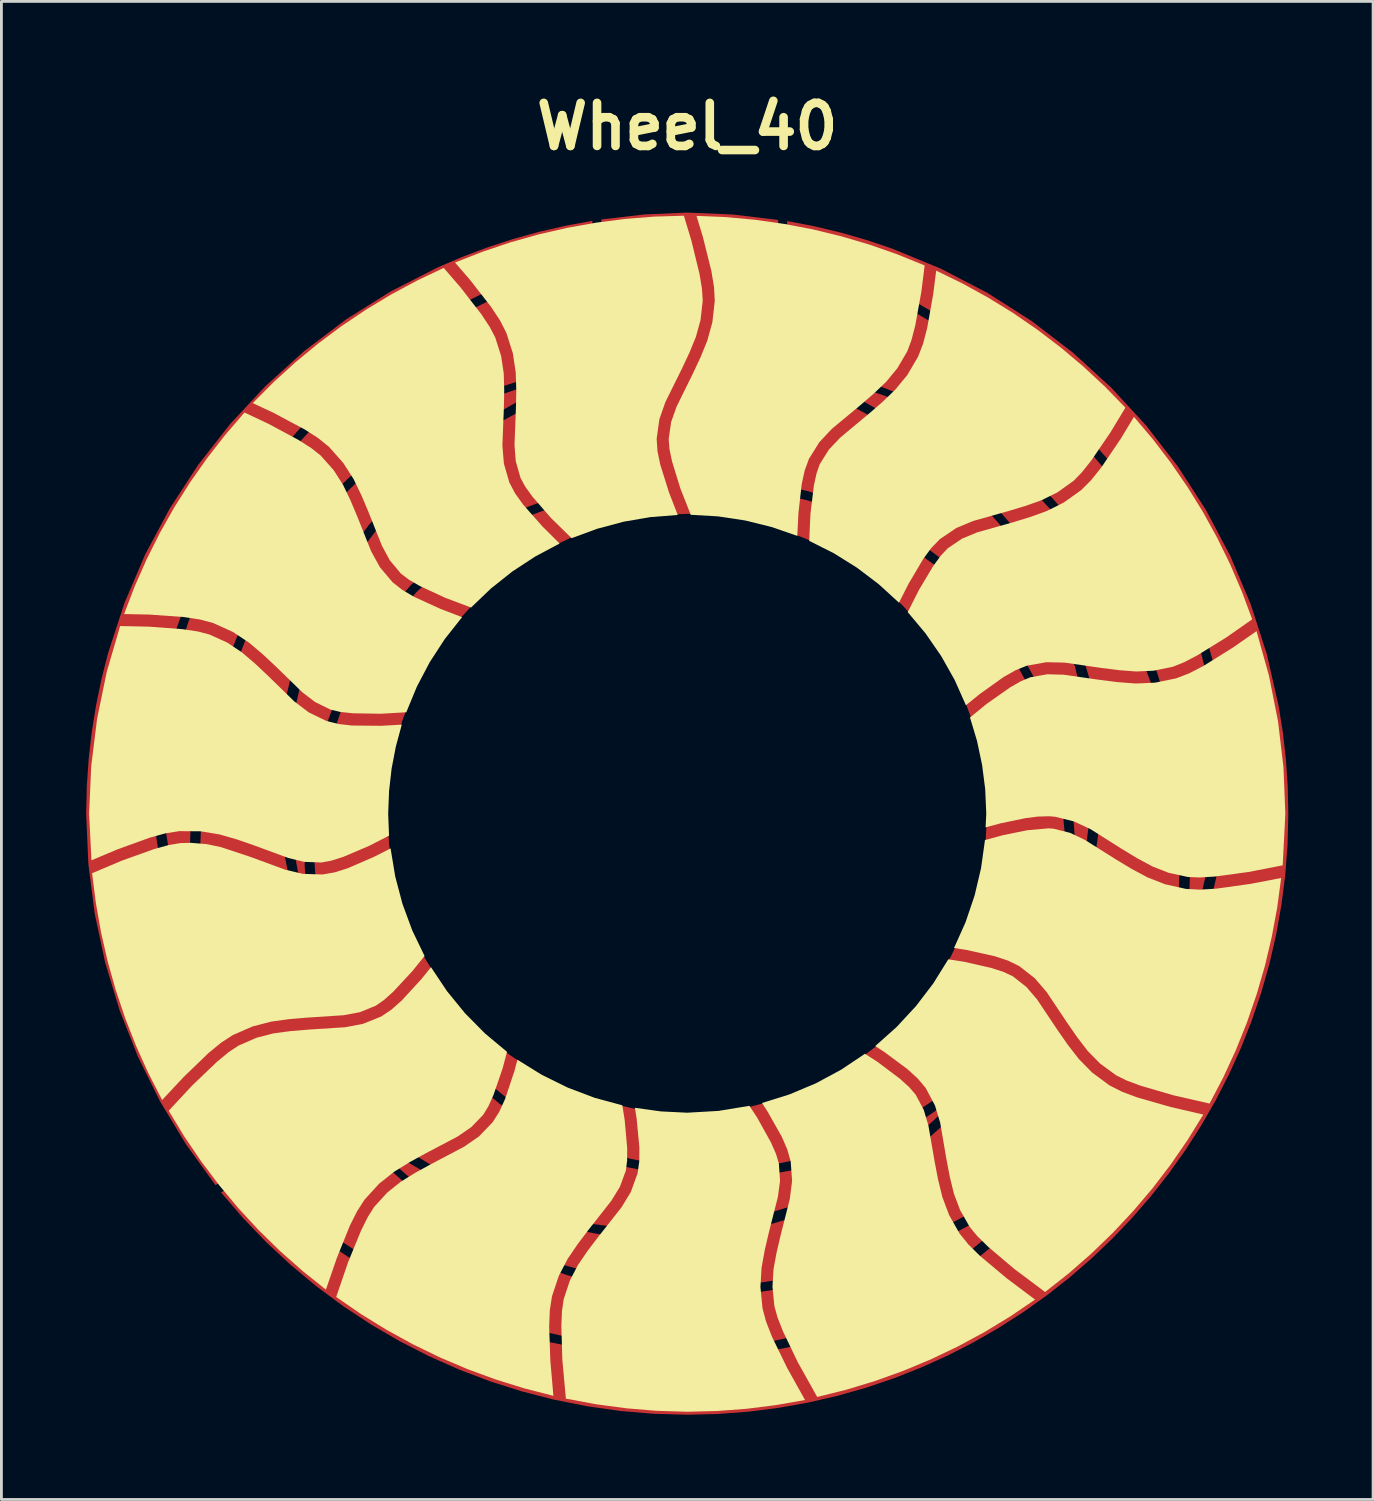
<source format=kicad_pcb>
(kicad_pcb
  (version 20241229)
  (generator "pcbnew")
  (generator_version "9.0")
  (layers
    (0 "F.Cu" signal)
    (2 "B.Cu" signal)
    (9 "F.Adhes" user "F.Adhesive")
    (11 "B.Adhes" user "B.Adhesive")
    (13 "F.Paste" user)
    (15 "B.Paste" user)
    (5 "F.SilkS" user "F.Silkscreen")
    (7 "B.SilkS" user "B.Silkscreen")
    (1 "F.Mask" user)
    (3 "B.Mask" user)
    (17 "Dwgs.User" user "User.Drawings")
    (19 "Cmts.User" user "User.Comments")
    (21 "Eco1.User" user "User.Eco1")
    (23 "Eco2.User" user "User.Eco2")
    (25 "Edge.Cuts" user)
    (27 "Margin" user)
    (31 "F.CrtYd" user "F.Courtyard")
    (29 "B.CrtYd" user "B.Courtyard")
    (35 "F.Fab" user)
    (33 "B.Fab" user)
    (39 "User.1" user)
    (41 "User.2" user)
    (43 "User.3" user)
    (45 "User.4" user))
  (footprint "Wheel_40"
    (layer "F.Cu")
    (at 21.279 25.754)
    (property "Reference" "Wheel_40" (at 0 -24.327 0) (layer "F.SilkS") (effects (font (size 1.524 1.524) (thickness 0.305))))
    (attr smd)
    (fp_poly (pts (xy 0.000279 -21.279) (xy -1.524 -21.212) (xy -3.04 -21.035) (xy -3.359 -20.987) (xy -4.318 -20.811) (xy -5.26 -20.594) (xy -6.184 -20.337) (xy -7.09 -20.04) (xy -7.976 -19.705) (xy -8.842 -19.333) (xy -10.509 -18.481) (xy -12.083 -17.493) (xy -13.558 -16.376) (xy -14.927 -15.14) (xy -16.182 -13.792) (xy -17.317 -12.342) (xy -18.323 -10.796) (xy -19.195 -9.164) (xy -19.924 -7.454) (xy -20.505 -5.675) (xy -20.737 -4.761) (xy -20.929 -3.833) (xy -21.08 -2.893) (xy -21.189 -1.939) (xy -21.256 -0.975) (xy -21.279 -0.000292) (xy -21.201 1.782) (xy -20.976 3.542) (xy -20.606 5.271) (xy -20.095 6.961) (xy -19.446 8.602) (xy -18.662 10.187) (xy -17.745 11.706) (xy -16.699 13.151) (xy -15.647 12.544) (xy -15.513 12.52) (xy -15.409 12.607) (xy -14.292 13.629) (xy -13.025 14.616) (xy -11.622 15.55) (xy -10.101 16.411) (xy -8.476 17.179) (xy -6.764 17.836) (xy -4.98 18.36) (xy -4.066 18.568) (xy -3.14 18.734) (xy -2.143 18.865) (xy -1.137 18.945) (xy -0.123 18.97) (xy 0.896 18.939) (xy 1.917 18.847) (xy 2.939 18.691) (xy 3.958 18.469) (xy 4.973 18.178) (xy 5.981 17.814) (xy 6.98 17.374) (xy 7.968 16.856) (xy 8.941 16.256) (xy 9.898 15.571) (xy 10.836 14.798) (xy 11.754 13.934) (xy 12.648 12.976) (xy 12.57 12.895) (xy 11.536 13.646) (xy 10.419 14.342) (xy 9.229 14.974) (xy 7.975 15.536) (xy 6.667 16.021) (xy 5.314 16.421) (xy 3.926 16.729) (xy 2.513 16.939) (xy 1.554 17.019) (xy 0.589 17.048) (xy -0.381 17.022) (xy -1.353 16.941) (xy -2.324 16.801) (xy -3.292 16.601) (xy -4.253 16.337) (xy -5.206 16.008) (xy -6.148 15.611) (xy -7.076 15.144) (xy -7.988 14.605) (xy -8.88 13.991) (xy -9.751 13.3) (xy -10.598 12.53) (xy -11.418 11.678) (xy -12.208 10.743) (xy -11.712 10.456) (xy -10.763 11.283) (xy -9.719 12.043) (xy -8.59 12.725) (xy -7.387 13.322) (xy -6.121 13.826) (xy -4.803 14.227) (xy -3.444 14.517) (xy -2.054 14.687) (xy -0.61 14.719) (xy 0.857 14.595) (xy 2.331 14.311) (xy 3.797 13.862) (xy 4.523 13.574) (xy 5.24 13.244) (xy 5.948 12.87) (xy 6.643 12.453) (xy 7.326 11.992) (xy 7.992 11.486) (xy 8.641 10.935) (xy 9.271 10.338) (xy 9.181 10.252) (xy 8.393 10.793) (xy 7.557 11.276) (xy 6.68 11.699) (xy 5.769 12.062) (xy 4.831 12.361) (xy 3.873 12.597) (xy 2.902 12.767) (xy 1.925 12.871) (xy 0.581 12.897) (xy -0.773 12.782) (xy -2.123 12.516) (xy -3.457 12.09) (xy -4.114 11.815) (xy -4.763 11.497) (xy -5.401 11.135) (xy -6.028 10.727) (xy -6.641 10.273) (xy -7.24 9.771) (xy -7.823 9.221) (xy -8.387 8.621) (xy -8.429 8.582) (xy -8.456 8.452) (xy -8.377 8.347) (xy -7.274 7.71) (xy -8.028 6.924) (xy -8.692 6.072) (xy -9.264 5.161) (xy -9.739 4.199) (xy -10.115 3.195) (xy -10.388 2.155) (xy -10.555 1.087) (xy -10.613 -0.000289) (xy -10.578 -0.849) (xy -10.477 -1.683) (xy -10.312 -2.498) (xy -10.085 -3.293) (xy -9.799 -4.063) (xy -9.456 -4.805) (xy -9.058 -5.517) (xy -8.606 -6.196) (xy -8.104 -6.838) (xy -7.554 -7.441) (xy -6.958 -8.001) (xy -6.317 -8.515) (xy -5.635 -8.98) (xy -4.913 -9.394) (xy -4.153 -9.753) (xy -3.359 -10.053) (xy -3.359 -11.23) (xy -4.128 -11.041) (xy -4.864 -10.814) (xy -5.567 -10.551) (xy -6.237 -10.253) (xy -6.875 -9.923) (xy -7.48 -9.561) (xy -8.596 -8.753) (xy -9.586 -7.841) (xy -10.452 -6.84) (xy -11.196 -5.765) (xy -11.821 -4.629) (xy -12.269 -3.599) (xy -12.628 -2.543) (xy -12.899 -1.471) (xy -13.082 -0.392) (xy -13.18 0.683) (xy -13.193 1.746) (xy -13.124 2.787) (xy -12.974 3.795) (xy -13.524 4.113) (xy -13.849 3.152) (xy -14.106 2.203) (xy -14.299 1.266) (xy -14.429 0.343) (xy -14.5 -0.565) (xy -14.512 -1.457) (xy -14.469 -2.333) (xy -14.372 -3.192) (xy -14.225 -4.031) (xy -14.029 -4.851) (xy -13.786 -5.65) (xy -13.499 -6.428) (xy -13.171 -7.183) (xy -12.803 -7.914) (xy -12.397 -8.62) (xy -11.957 -9.301) (xy -11.272 -10.22) (xy -10.501 -11.107) (xy -9.657 -11.951) (xy -8.753 -12.742) (xy -7.803 -13.47) (xy -6.819 -14.124) (xy -5.816 -14.695) (xy -4.806 -15.172) (xy -4.865 -15.354) (xy -5.871 -15.081) (xy -6.832 -14.751) (xy -7.747 -14.367) (xy -8.616 -13.935) (xy -9.44 -13.456) (xy -10.219 -12.935) (xy -10.955 -12.375) (xy -11.646 -11.779) (xy -12.293 -11.152) (xy -12.897 -10.496) (xy -13.458 -9.816) (xy -13.977 -9.114) (xy -14.453 -8.394) (xy -14.887 -7.66) (xy -15.632 -6.164) (xy -16.225 -4.631) (xy -16.68 -3.066) (xy -17.002 -1.486) (xy -17.194 0.088) (xy -17.262 1.641) (xy -17.209 3.152) (xy -17.04 4.605) (xy -16.759 5.981) (xy -17.29 6.287) (xy -17.834 4.882) (xy -18.263 3.505) (xy -18.583 2.158) (xy -18.797 0.84) (xy -18.911 -0.446) (xy -18.93 -1.7) (xy -18.857 -2.922) (xy -18.699 -4.109) (xy -18.459 -5.262) (xy -18.142 -6.38) (xy -17.754 -7.461) (xy -17.299 -8.505) (xy -16.781 -9.51) (xy -16.206 -10.477) (xy -15.578 -11.403) (xy -14.902 -12.289) (xy -13.647 -13.711) (xy -12.291 -15.007) (xy -10.858 -16.175) (xy -9.371 -17.21) (xy -7.854 -18.109) (xy -6.331 -18.867) (xy -4.825 -19.481) (xy -3.359 -19.948) (xy -3.359 -20.987) (xy -3.359 -20.987) (xy -3.04 -21.035) (xy -3.04 -19.823) (xy -3.086 -19.695) (xy -3.213 -19.649) (xy -4.657 -19.192) (xy -6.146 -18.588) (xy -7.655 -17.84) (xy -9.162 -16.953) (xy -10.639 -15.931) (xy -12.064 -14.776) (xy -13.41 -13.494) (xy -14.047 -12.805) (xy -14.654 -12.087) (xy -15.266 -11.289) (xy -15.838 -10.457) (xy -16.367 -9.592) (xy -16.849 -8.694) (xy -17.28 -7.763) (xy -17.656 -6.801) (xy -17.974 -5.807) (xy -18.229 -4.782) (xy -18.418 -3.727) (xy -18.537 -2.643) (xy -18.581 -1.528) (xy -18.548 -0.385) (xy -18.434 0.786) (xy -18.234 1.985) (xy -17.944 3.212) (xy -17.561 4.465) (xy -17.453 4.438) (xy -17.586 3.167) (xy -17.63 1.852) (xy -17.582 0.505) (xy -17.442 -0.862) (xy -17.208 -2.237) (xy -16.878 -3.609) (xy -16.451 -4.965) (xy -15.925 -6.294) (xy -15.516 -7.164) (xy -15.058 -8.014) (xy -14.551 -8.842) (xy -13.995 -9.643) (xy -13.388 -10.414) (xy -12.731 -11.151) (xy -12.021 -11.852) (xy -11.26 -12.513) (xy -10.445 -13.13) (xy -9.577 -13.7) (xy -8.654 -14.22) (xy -7.676 -14.686) (xy -6.642 -15.095) (xy -5.552 -15.443) (xy -4.405 -15.727) (xy -3.2 -15.944) (xy -3.2 -15.372) (xy -4.39 -14.964) (xy -5.57 -14.439) (xy -6.725 -13.802) (xy -7.844 -13.059) (xy -8.913 -12.214) (xy -9.919 -11.273) (xy -10.85 -10.241) (xy -11.692 -9.122) (xy -12.442 -7.888) (xy -13.068 -6.556) (xy -13.559 -5.137) (xy -13.903 -3.643) (xy -14.016 -2.871) (xy -14.089 -2.084) (xy -14.119 -1.285) (xy -14.106 -0.474) (xy -14.048 0.348) (xy -13.943 1.178) (xy -13.79 2.016) (xy -13.588 2.859) (xy -13.469 2.825) (xy -13.543 1.871) (xy -13.543 0.906) (xy -13.472 -0.065) (xy -13.33 -1.035) (xy -13.121 -1.997) (xy -12.846 -2.945) (xy -12.508 -3.871) (xy -12.109 -4.768) (xy -11.459 -5.946) (xy -10.683 -7.06) (xy -9.778 -8.097) (xy -8.742 -9.039) (xy -8.175 -9.471) (xy -7.575 -9.874) (xy -6.942 -10.245) (xy -6.276 -10.584) (xy -5.576 -10.888) (xy -4.842 -11.156) (xy -4.074 -11.385) (xy -3.272 -11.574) (xy 0.000262 10.613) (xy -0.966 10.567) (xy -1.919 10.435) (xy -2.852 10.218) (xy -3.76 9.919) (xy -4.637 9.539) (xy -5.478 9.081) (xy -6.278 8.546) (xy -7.03 7.938) (xy -8.045 8.524) (xy -7.497 9.095) (xy -6.933 9.619) (xy -6.354 10.096) (xy -5.761 10.528) (xy -5.156 10.915) (xy -4.54 11.259) (xy -3.282 11.821) (xy -1.997 12.222) (xy -0.698 12.472) (xy 0.606 12.579) (xy 1.902 12.552) (xy 3.018 12.425) (xy 4.112 12.208) (xy 5.176 11.906) (xy 6.202 11.525) (xy 7.182 11.072) (xy 8.109 10.553) (xy 8.976 9.973) (xy 9.774 9.338) (xy 10.325 9.656) (xy 9.655 10.417) (xy 8.961 11.115) (xy 8.247 11.75) (xy 7.513 12.325) (xy 6.761 12.84) (xy 5.994 13.296) (xy 5.214 13.697) (xy 4.423 14.042) (xy 3.622 14.335) (xy 2.814 14.575) (xy 2 14.764) (xy 1.183 14.904) (xy 0.365 14.997) (xy -0.452 15.044) (xy -1.267 15.046) (xy -2.077 15.005) (xy -3.215 14.872) (xy -4.368 14.647) (xy -5.521 14.338) (xy -6.658 13.951) (xy -7.763 13.492) (xy -8.822 12.968) (xy -9.818 12.385) (xy -10.736 11.748) (xy -10.865 11.89) (xy -10.124 12.625) (xy -9.358 13.292) (xy -8.569 13.892) (xy -7.76 14.429) (xy -6.933 14.903) (xy -6.092 15.318) (xy -5.239 15.674) (xy -4.378 15.975) (xy -3.511 16.222) (xy -2.641 16.417) (xy -1.771 16.563) (xy -0.904 16.661) (xy -0.043 16.714) (xy 0.81 16.723) (xy 2.478 16.619) (xy 4.102 16.366) (xy 5.685 15.978) (xy 7.214 15.467) (xy 8.674 14.847) (xy 10.052 14.129) (xy 11.335 13.328) (xy 12.509 12.455) (xy 13.56 11.523) (xy 14.09 11.829) (xy 13.145 13.003) (xy 12.168 14.064) (xy 11.161 15.014) (xy 10.127 15.859) (xy 9.07 16.6) (xy 7.993 17.243) (xy 6.899 17.791) (xy 5.791 18.248) (xy 4.672 18.617) (xy 3.546 18.901) (xy 2.416 19.106) (xy 1.284 19.233) (xy 0.155 19.288) (xy -0.97 19.273) (xy -2.086 19.193) (xy -3.191 19.05) (xy -5.05 18.674) (xy -6.851 18.148) (xy -8.579 17.491) (xy -10.218 16.721) (xy -11.755 15.856) (xy -13.173 14.916) (xy -14.458 13.919) (xy -15.595 12.883) (xy -16.504 13.408) (xy -15.724 14.316) (xy -14.899 15.174) (xy -14.031 15.981) (xy -13.123 16.735) (xy -12.178 17.436) (xy -11.197 18.083) (xy -10.184 18.673) (xy -9.141 19.207) (xy -8.069 19.682) (xy -6.973 20.098) (xy -5.853 20.453) (xy -4.713 20.746) (xy -3.556 20.977) (xy -2.383 21.144) (xy -1.196 21.245) (xy 0.000262 21.279) (xy 1.095 21.252) (xy 2.176 21.17) (xy 3.241 21.034) (xy 4.289 20.847) (xy 5.318 20.609) (xy 6.328 20.323) (xy 7.317 19.988) (xy 8.283 19.607) (xy 9.226 19.181) (xy 10.143 18.711) (xy 11.034 18.199) (xy 11.898 17.645) (xy 12.732 17.052) (xy 13.536 16.42) (xy 14.308 15.751) (xy 15.047 15.047) (xy 15.752 14.308) (xy 16.42 13.535) (xy 17.052 12.732) (xy 17.645 11.897) (xy 18.199 11.034) (xy 18.711 10.143) (xy 19.181 9.225) (xy 19.607 8.283) (xy 19.988 7.316) (xy 20.323 6.328) (xy 20.61 5.318) (xy 20.847 4.288) (xy 21.034 3.24) (xy 21.17 2.175) (xy 21.252 1.095) (xy 21.279 -0.000244) (xy 21.257 -0.969) (xy 21.192 -1.928) (xy 21.085 -2.876) (xy 20.936 -3.813) (xy 20.519 -5.645) (xy 19.946 -7.417) (xy 19.226 -9.12) (xy 18.365 -10.747) (xy 17.37 -12.288) (xy 16.248 -13.737) (xy 15.006 -15.084) (xy 13.651 -16.321) (xy 12.19 -17.44) (xy 10.63 -18.433) (xy 8.977 -19.292) (xy 7.24 -20.008) (xy 6.341 -20.31) (xy 5.424 -20.573) (xy 4.489 -20.796) (xy 3.537 -20.979) (xy 3.537 -20.979) (xy 3.537 -19.984) (xy 5.003 -19.517) (xy 6.51 -18.903) (xy 8.033 -18.145) (xy 9.55 -17.246) (xy 11.037 -16.211) (xy 12.47 -15.043) (xy 13.826 -13.747) (xy 15.081 -12.325) (xy 15.757 -11.439) (xy 16.385 -10.513) (xy 16.96 -9.546) (xy 17.477 -8.54) (xy 17.932 -7.497) (xy 18.321 -6.416) (xy 18.637 -5.298) (xy 18.877 -4.145) (xy 19.036 -2.957) (xy 19.108 -1.736) (xy 19.09 -0.482) (xy 18.976 0.805) (xy 18.761 2.122) (xy 18.442 3.469) (xy 18.012 4.846) (xy 17.468 6.252) (xy 16.937 5.945) (xy 17.219 4.569) (xy 17.388 3.116) (xy 17.441 1.605) (xy 17.373 0.053) (xy 17.18 -1.522) (xy 16.858 -3.101) (xy 16.403 -4.667) (xy 15.81 -6.2) (xy 15.066 -7.696) (xy 14.632 -8.43) (xy 14.155 -9.15) (xy 13.637 -9.852) (xy 13.076 -10.532) (xy 12.472 -11.188) (xy 11.824 -11.815) (xy 11.133 -12.411) (xy 10.398 -12.971) (xy 9.619 -13.492) (xy 8.794 -13.971) (xy 7.925 -14.403) (xy 7.01 -14.786) (xy 6.05 -15.117) (xy 5.043 -15.39) (xy 4.985 -15.208) (xy 5.995 -14.731) (xy 6.998 -14.16) (xy 7.981 -13.506) (xy 8.931 -12.778) (xy 9.835 -11.986) (xy 10.679 -11.143) (xy 11.45 -10.256) (xy 12.135 -9.337) (xy 12.576 -8.656) (xy 12.981 -7.95) (xy 13.349 -7.218) (xy 13.678 -6.464) (xy 13.965 -5.686) (xy 14.207 -4.887) (xy 14.403 -4.067) (xy 14.551 -3.227) (xy 14.647 -2.369) (xy 14.69 -1.493) (xy 14.678 -0.601) (xy 14.608 0.307) (xy 14.478 1.23) (xy 14.285 2.167) (xy 14.027 3.116) (xy 13.703 4.078) (xy 13.152 3.76) (xy 13.303 2.751) (xy 13.372 1.71) (xy 13.358 0.648) (xy 13.261 -0.428) (xy 13.077 -1.507) (xy 12.807 -2.579) (xy 12.448 -3.634) (xy 12 -4.665) (xy 11.375 -5.801) (xy 10.631 -6.876) (xy 9.764 -7.877) (xy 8.775 -8.789) (xy 7.659 -9.597) (xy 7.053 -9.959) (xy 6.416 -10.289) (xy 5.745 -10.587) (xy 5.042 -10.85) (xy 4.306 -11.077) (xy 3.537 -11.265) (xy 3.537 -9.993) (xy 4.315 -9.683) (xy 5.057 -9.318) (xy 5.763 -8.899) (xy 6.429 -8.431) (xy 7.054 -7.916) (xy 7.636 -7.358) (xy 8.172 -6.758) (xy 8.661 -6.12) (xy 9.101 -5.447) (xy 9.488 -4.741) (xy 9.822 -4.007) (xy 10.101 -3.246) (xy 10.321 -2.462) (xy 10.481 -1.658) (xy 10.579 -0.836) (xy 10.613 -0.000301) (xy 10.558 1.085) (xy 10.397 2.139) (xy 10.136 3.156) (xy 9.779 4.131) (xy 9.332 5.058) (xy 8.8 5.933) (xy 8.19 6.75) (xy 7.505 7.504) (xy 6.751 8.189) (xy 5.934 8.8) (xy 5.059 9.332) (xy 4.131 9.779) (xy 3.156 10.136) (xy 2.139 10.397) (xy 1.085 10.558) (xy 0.000262 10.613) (xy -3.272 -11.574) (xy -3.217 -11.591) (xy -3.092 -11.55) (xy -3.04 -11.429) (xy -3.04 -10.16) (xy -2.294 -10.356) (xy -1.536 -10.497) (xy -0.771 -10.583) (xy 0.000271 -10.613) (xy 0.818 -10.58) (xy 1.629 -10.485) (xy 2.43 -10.328) (xy 3.218 -10.109) (xy 3.218 -11.464) (xy 3.27 -11.586) (xy 3.396 -11.627) (xy 3.451 -11.61) (xy 4.253 -11.421) (xy 5.02 -11.192) (xy 5.754 -10.924) (xy 6.454 -10.62) (xy 7.121 -10.281) (xy 7.754 -9.909) (xy 8.354 -9.507) (xy 8.921 -9.075) (xy 9.956 -8.132) (xy 10.861 -7.096) (xy 11.638 -5.982) (xy 12.287 -4.804) (xy 12.687 -3.906) (xy 13.025 -2.981) (xy 13.299 -2.033) (xy 13.509 -1.071) (xy 13.65 -0.101) (xy 13.722 0.87) (xy 13.722 1.836) (xy 13.648 2.789) (xy 13.766 2.824) (xy 13.968 1.98) (xy 14.121 1.142) (xy 14.226 0.312) (xy 14.285 -0.509) (xy 14.298 -1.321) (xy 14.268 -2.12) (xy 14.195 -2.907) (xy 14.081 -3.678) (xy 13.737 -5.173) (xy 13.247 -6.592) (xy 12.621 -7.924) (xy 11.871 -9.158) (xy 11.028 -10.277) (xy 10.097 -11.309) (xy 9.091 -12.25) (xy 8.022 -13.095) (xy 6.904 -13.838) (xy 5.748 -14.475) (xy 4.569 -14.999) (xy 3.378 -15.407) (xy 3.378 -15.98) (xy 4.583 -15.763) (xy 5.731 -15.479) (xy 6.821 -15.131) (xy 7.855 -14.722) (xy 8.833 -14.256) (xy 9.755 -13.736) (xy 10.624 -13.166) (xy 11.438 -12.549) (xy 12.2 -11.888) (xy 12.909 -11.187) (xy 13.567 -10.449) (xy 14.173 -9.678) (xy 14.73 -8.878) (xy 15.236 -8.05) (xy 15.694 -7.2) (xy 16.104 -6.329) (xy 16.63 -5.001) (xy 17.057 -3.645) (xy 17.387 -2.273) (xy 17.621 -0.898) (xy 17.761 0.469) (xy 17.808 1.816) (xy 17.765 3.131) (xy 17.631 4.402) (xy 17.74 4.429) (xy 18.123 3.176) (xy 18.412 1.95) (xy 18.612 0.75) (xy 18.727 -0.421) (xy 18.76 -1.564) (xy 18.715 -2.678) (xy 18.597 -3.763) (xy 18.408 -4.818) (xy 18.152 -5.843) (xy 17.835 -6.837) (xy 17.459 -7.799) (xy 17.028 -8.73) (xy 16.546 -9.628) (xy 16.017 -10.493) (xy 15.445 -11.325) (xy 14.833 -12.123) (xy 14.225 -12.841) (xy 13.589 -13.529) (xy 12.242 -14.812) (xy 10.818 -15.967) (xy 9.34 -16.989) (xy 7.834 -17.876) (xy 6.324 -18.624) (xy 4.835 -19.228) (xy 3.392 -19.685) (xy 3.264 -19.731) (xy 3.218 -19.858) (xy 3.218 -21.018) (xy 1.614 -21.21) (xy 0.000265 -21.279) (xy 0.000279 -21.279)) (stroke (width 0) (type solid)) (fill yes) (layer "F.Cu"))
    (fp_poly (pts (xy -20.077 -6.641) (xy -20.55 -5.018) (xy -20.891 -3.364) (xy -21.099 -1.689) (xy -21.174 0.000233) (xy -21.091 1.651) (xy -20.178 1.267) (xy -19.022 0.848) (xy -18.47 0.697) (xy -17.984 0.619) (xy -17.223 0.625) (xy -16.554 0.736) (xy -15.935 0.915) (xy -15.33 1.125) (xy -14.12 1.571) (xy -13.556 1.707) (xy -12.946 1.729) (xy -12.598 1.664) (xy -12.172 1.528) (xy -11.257 1.138) (xy -10.557 0.779) (xy -10.587 0.000233) (xy -10.556 -0.799) (xy -10.466 -1.593) (xy -10.315 -2.378) (xy -10.106 -3.151) (xy -10.834 -3.11) (xy -11.862 -3.119) (xy -12.349 -3.174) (xy -12.773 -3.281) (xy -13.4 -3.585) (xy -13.912 -3.975) (xy -14.854 -4.893) (xy -15.315 -5.326) (xy -15.775 -5.717) (xy -16.291 -6.059) (xy -16.923 -6.345) (xy -17.33 -6.45) (xy -17.861 -6.53) (xy -19.065 -6.62) (xy -20.077 -6.641) (xy -20.077 -6.641)) (stroke (width 0) (type solid)) (fill yes) (layer "F.SilkS"))
    (fp_poly (pts (xy -9.071 5.436) (xy -9.407 5.852) (xy -10.102 6.61) (xy -10.469 6.936) (xy -10.832 7.18) (xy -11.477 7.441) (xy -12.109 7.561) (xy -13.421 7.646) (xy -14.051 7.699) (xy -14.651 7.779) (xy -15.252 7.935) (xy -15.888 8.213) (xy -16.237 8.445) (xy -16.651 8.787) (xy -17.523 9.621) (xy -18.357 10.517) (xy -17.806 11.426) (xy -17.21 12.305) (xy -16.572 13.151) (xy -15.893 13.964) (xy -15.174 14.742) (xy -14.417 15.483) (xy -13.622 16.186) (xy -12.792 16.85) (xy -12.404 15.728) (xy -11.944 14.587) (xy -11.688 14.075) (xy -11.421 13.661) (xy -10.908 13.1) (xy -10.376 12.677) (xy -9.829 12.339) (xy -9.267 12.029) (xy -8.126 11.428) (xy -7.648 11.099) (xy -7.223 10.661) (xy -7.039 10.359) (xy -6.856 9.952) (xy -6.534 9.011) (xy -6.38 8.432) (xy -7.158 7.783) (xy -7.869 7.063) (xy -8.508 6.28) (xy -9.071 5.436)) (stroke (width 0) (type solid)) (fill yes) (layer "F.SilkS"))
    (fp_poly (pts (xy -8.621 -19.32) (xy -9.564 -18.872) (xy -10.482 -18.379) (xy -11.373 -17.841) (xy -12.237 -17.261) (xy -13.07 -16.639) (xy -13.873 -15.977) (xy -14.644 -15.275) (xy -15.38 -14.534) (xy -14.633 -14.183) (xy -13.549 -13.605) (xy -13.067 -13.296) (xy -12.684 -12.987) (xy -12.179 -12.418) (xy -11.813 -11.847) (xy -11.533 -11.268) (xy -11.284 -10.677) (xy -10.806 -9.478) (xy -10.529 -8.968) (xy -10.138 -8.5) (xy -9.856 -8.285) (xy -9.47 -8.06) (xy -8.567 -7.641) (xy -7.653 -7.297) (xy -6.95 -7.97) (xy -6.19 -8.574) (xy -5.377 -9.106) (xy -4.518 -9.562) (xy -5.127 -10.168) (xy -5.808 -10.939) (xy -6.094 -11.338) (xy -6.298 -11.725) (xy -6.491 -12.394) (xy -6.544 -13.035) (xy -6.492 -14.35) (xy -6.479 -14.981) (xy -6.496 -15.585) (xy -6.588 -16.199) (xy -6.798 -16.86) (xy -6.993 -17.231) (xy -7.289 -17.679) (xy -8.028 -18.633) (xy -8.621 -19.32)) (stroke (width 0) (type solid)) (fill yes) (layer "F.SilkS"))
    (fp_poly (pts (xy -6.012 8.712) (xy -6.123 9.129) (xy -6.45 10.105) (xy -6.653 10.551) (xy -6.886 10.921) (xy -7.369 11.423) (xy -7.898 11.79) (xy -9.063 12.403) (xy -9.617 12.707) (xy -10.131 13.024) (xy -10.616 13.411) (xy -11.084 13.923) (xy -11.308 14.278) (xy -11.547 14.759) (xy -12.005 15.875) (xy -12.427 17.111) (xy -11.55 17.715) (xy -10.645 18.273) (xy -9.714 18.784) (xy -8.759 19.248) (xy -7.782 19.663) (xy -6.785 20.029) (xy -5.77 20.345) (xy -4.738 20.61) (xy -4.846 19.371) (xy -4.889 18.142) (xy -4.864 17.57) (xy -4.788 17.084) (xy -4.547 16.363) (xy -4.233 15.76) (xy -3.871 15.228) (xy -3.483 14.717) (xy -2.686 13.703) (xy -2.383 13.208) (xy -2.173 12.634) (xy -2.128 12.283) (xy -2.126 11.837) (xy -2.215 10.846) (xy -2.298 10.326) (xy -3.282 10.058) (xy -4.233 9.698) (xy -5.146 9.248) (xy -6.012 8.712)) (stroke (width 0) (type solid)) (fill yes) (layer "F.SilkS"))
    (fp_poly (pts (xy -0.119 -21.167) (xy -1.161 -21.136) (xy -2.198 -21.054) (xy -3.229 -20.921) (xy -4.251 -20.738) (xy -5.264 -20.505) (xy -6.264 -20.223) (xy -7.25 -19.891) (xy -8.221 -19.511) (xy -7.698 -18.906) (xy -6.942 -17.937) (xy -6.627 -17.459) (xy -6.403 -17.02) (xy -6.173 -16.295) (xy -6.072 -15.625) (xy -6.052 -14.982) (xy -6.065 -14.341) (xy -6.115 -13.051) (xy -6.07 -12.473) (xy -5.902 -11.885) (xy -5.733 -11.574) (xy -5.472 -11.212) (xy -4.819 -10.462) (xy -4.094 -9.752) (xy -3.186 -10.086) (xy -2.253 -10.335) (xy -1.301 -10.498) (xy -0.337 -10.574) (xy -0.646 -11.372) (xy -0.955 -12.354) (xy -1.054 -12.834) (xy -1.083 -13.27) (xy -0.987 -13.96) (xy -0.775 -14.568) (xy -0.192 -15.747) (xy 0.077 -16.319) (xy 0.306 -16.877) (xy 0.471 -17.475) (xy 0.548 -18.164) (xy 0.521 -18.583) (xy 0.433 -19.113) (xy 0.147 -20.285) (xy -0.119 -21.167)) (stroke (width 0) (type solid)) (fill yes) (layer "F.SilkS"))
    (fp_poly (pts (xy 0.328 -21.161) (xy 0.558 -20.401) (xy 0.855 -19.208) (xy 0.948 -18.643) (xy 0.975 -18.152) (xy 0.89 -17.396) (xy 0.709 -16.742) (xy 0.466 -16.147) (xy 0.193 -15.566) (xy -0.377 -14.408) (xy -0.571 -13.861) (xy -0.657 -13.256) (xy -0.628 -12.903) (xy -0.537 -12.467) (xy -0.244 -11.516) (xy 0.124 -10.58) (xy 1.089 -10.524) (xy 2.044 -10.38) (xy 2.981 -10.149) (xy 3.896 -9.833) (xy 3.937 -10.65) (xy 4.053 -11.671) (xy 4.158 -12.149) (xy 4.308 -12.56) (xy 4.677 -13.151) (xy 5.118 -13.621) (xy 6.131 -14.462) (xy 6.609 -14.875) (xy 7.046 -15.292) (xy 7.441 -15.772) (xy 7.791 -16.37) (xy 7.937 -16.763) (xy 8.072 -17.283) (xy 8.287 -18.47) (xy 8.405 -19.406) (xy 7.44 -19.798) (xy 6.458 -20.142) (xy 5.462 -20.436) (xy 4.453 -20.682) (xy 3.434 -20.877) (xy 2.405 -21.023) (xy 1.369 -21.118) (xy 0.328 -21.161)) (stroke (width 0) (type solid)) (fill yes) (layer "F.SilkS"))
    (fp_poly (pts (xy 2.201 10.343) (xy 1.107 10.523) (xy -0.000271 10.587) (xy -0.93 10.541) (xy -1.852 10.414) (xy -1.792 10.79) (xy -1.694 11.813) (xy -1.697 12.303) (xy -1.759 12.736) (xy -1.996 13.391) (xy -2.33 13.941) (xy -3.144 14.973) (xy -3.526 15.477) (xy -3.868 15.976) (xy -4.154 16.527) (xy -4.373 17.186) (xy -4.434 17.601) (xy -4.457 18.137) (xy -4.421 19.342) (xy -4.296 20.709) (xy -3.232 20.907) (xy -2.16 21.051) (xy -1.082 21.14) (xy -0.000271 21.174) (xy 1.049 21.147) (xy 2.095 21.069) (xy 3.136 20.938) (xy 4.17 20.757) (xy 3.539 19.626) (xy 3.001 18.52) (xy 2.792 17.986) (xy 2.664 17.511) (xy 2.591 16.754) (xy 2.631 16.077) (xy 2.745 15.444) (xy 2.891 14.819) (xy 3.209 13.568) (xy 3.285 12.993) (xy 3.244 12.384) (xy 3.142 12.045) (xy 2.962 11.636) (xy 2.479 10.767) (xy 2.201 10.343)) (stroke (width 0) (type solid)) (fill yes) (layer "F.SilkS"))
    (fp_poly (pts (xy 6.29 8.501) (xy 5.445 9.066) (xy 4.552 9.547) (xy 3.616 9.94) (xy 2.646 10.243) (xy 2.841 10.542) (xy 3.347 11.438) (xy 3.542 11.888) (xy 3.662 12.309) (xy 3.712 13.004) (xy 3.631 13.642) (xy 3.308 14.917) (xy 3.164 15.532) (xy 3.055 16.126) (xy 3.017 16.745) (xy 3.085 17.436) (xy 3.198 17.84) (xy 3.395 18.34) (xy 3.918 19.428) (xy 4.601 20.65) (xy 5.635 20.392) (xy 6.652 20.083) (xy 7.651 19.724) (xy 8.631 19.315) (xy 9.588 18.858) (xy 10.522 18.353) (xy 11.431 17.801) (xy 12.313 17.203) (xy 11.306 16.446) (xy 10.364 15.656) (xy 9.956 15.254) (xy 9.645 14.871) (xy 9.27 14.21) (xy 9.032 13.574) (xy 8.879 12.949) (xy 8.758 12.319) (xy 8.539 11.048) (xy 8.375 10.492) (xy 8.089 9.952) (xy 7.859 9.684) (xy 7.528 9.384) (xy 6.733 8.786) (xy 6.29 8.501)) (stroke (width 0) (type solid)) (fill yes) (layer "F.SilkS"))
    (fp_poly (pts (xy 8.813 -19.223) (xy 8.71 -18.408) (xy 8.495 -17.197) (xy 8.351 -16.643) (xy 8.175 -16.183) (xy 7.79 -15.527) (xy 7.358 -15.003) (xy 6.893 -14.558) (xy 6.408 -14.139) (xy 5.417 -13.313) (xy 5.017 -12.892) (xy 4.693 -12.375) (xy 4.576 -12.041) (xy 4.482 -11.605) (xy 4.362 -10.618) (xy 4.318 -9.657) (xy 5.185 -9.221) (xy 6.007 -8.708) (xy 6.779 -8.123) (xy 7.496 -7.468) (xy 7.829 -8.127) (xy 8.351 -9.012) (xy 8.641 -9.406) (xy 8.945 -9.72) (xy 9.523 -10.111) (xy 10.116 -10.36) (xy 11.383 -10.716) (xy 11.988 -10.899) (xy 12.557 -11.102) (xy 13.113 -11.379) (xy 13.677 -11.783) (xy 13.97 -12.083) (xy 14.304 -12.503) (xy 14.983 -13.5) (xy 15.512 -14.372) (xy 14.785 -15.119) (xy 14.023 -15.828) (xy 13.228 -16.498) (xy 12.402 -17.128) (xy 11.546 -17.717) (xy 10.661 -18.263) (xy 9.75 -18.765) (xy 8.813 -19.223)) (stroke (width 0) (type solid)) (fill yes) (layer "F.SilkS"))
    (fp_poly (pts (xy 9.241 5.157) (xy 8.707 6.015) (xy 8.095 6.816) (xy 7.409 7.556) (xy 6.655 8.228) (xy 6.973 8.434) (xy 7.799 9.047) (xy 8.161 9.378) (xy 8.442 9.713) (xy 8.769 10.328) (xy 8.955 10.944) (xy 9.177 12.24) (xy 9.296 12.861) (xy 9.439 13.448) (xy 9.657 14.029) (xy 10 14.632) (xy 10.267 14.955) (xy 10.65 15.331) (xy 11.57 16.111) (xy 12.668 16.934) (xy 13.502 16.277) (xy 14.299 15.58) (xy 15.06 14.845) (xy 15.783 14.074) (xy 16.467 13.268) (xy 17.11 12.428) (xy 17.711 11.556) (xy 18.268 10.653) (xy 17.108 10.384) (xy 15.925 10.045) (xy 15.389 9.844) (xy 14.95 9.621) (xy 14.338 9.169) (xy 13.862 8.686) (xy 13.468 8.177) (xy 13.102 7.651) (xy 12.384 6.577) (xy 12.007 6.136) (xy 11.527 5.759) (xy 11.207 5.607) (xy 10.783 5.468) (xy 9.814 5.246) (xy 9.241 5.157)) (stroke (width 0) (type solid)) (fill yes) (layer "F.SilkS"))
    (fp_poly (pts (xy 15.814 -14.047) (xy 15.346 -13.272) (xy 14.657 -12.254) (xy 14.299 -11.807) (xy 13.952 -11.458) (xy 13.333 -11.016) (xy 12.726 -10.712) (xy 12.12 -10.494) (xy 11.506 -10.308) (xy 10.265 -9.958) (xy 9.729 -9.736) (xy 9.223 -9.395) (xy 8.98 -9.138) (xy 8.715 -8.777) (xy 8.204 -7.922) (xy 7.806 -7.134) (xy 8.434 -6.384) (xy 8.989 -5.581) (xy 9.468 -4.73) (xy 9.866 -3.837) (xy 10.358 -4.237) (xy 11.195 -4.834) (xy 11.621 -5.076) (xy 12.027 -5.239) (xy 12.713 -5.361) (xy 13.357 -5.347) (xy 14.66 -5.158) (xy 15.287 -5.079) (xy 15.889 -5.033) (xy 16.508 -5.06) (xy 17.187 -5.199) (xy 17.577 -5.354) (xy 18.054 -5.602) (xy 19.081 -6.237) (xy 20 -6.879) (xy 19.635 -7.86) (xy 19.223 -8.82) (xy 18.765 -9.757) (xy 18.262 -10.67) (xy 17.714 -11.558) (xy 17.123 -12.417) (xy 16.489 -13.248) (xy 15.814 -14.047)) (stroke (width 0) (type solid)) (fill yes) (layer "F.SilkS"))
    (fp_poly (pts (xy 20.153 -6.461) (xy 19.319 -5.881) (xy 18.275 -5.23) (xy 17.766 -4.966) (xy 17.306 -4.789) (xy 16.561 -4.637) (xy 15.884 -4.607) (xy 15.242 -4.655) (xy 14.606 -4.735) (xy 13.329 -4.919) (xy 12.749 -4.934) (xy 12.147 -4.828) (xy 11.821 -4.692) (xy 11.433 -4.471) (xy 10.618 -3.9) (xy 10.01 -3.405) (xy 10.259 -2.573) (xy 10.438 -1.726) (xy 10.548 -0.867) (xy 10.586 0.000233) (xy 10.562 0.486) (xy 11.087 0.344) (xy 11.969 0.16) (xy 12.405 0.104) (xy 12.81 0.092) (xy 13.021 0.109) (xy 13.697 0.277) (xy 14.279 0.551) (xy 15.391 1.253) (xy 15.932 1.58) (xy 16.464 1.867) (xy 17.041 2.094) (xy 17.719 2.242) (xy 18.137 2.26) (xy 18.673 2.227) (xy 19.868 2.065) (xy 21.08 1.829) (xy 21.173 0.000247) (xy 21.107 -1.641) (xy 20.914 -3.27) (xy 20.595 -4.879) (xy 20.153 -6.461) (xy 20.153 -6.461)) (stroke (width 0) (type solid)) (fill yes) (layer "F.SilkS"))
    (fp_poly (pts (xy -17.592 1.032) (xy -17.952 1.044) (xy -18.366 1.114) (xy -18.883 1.258) (xy -20.019 1.665) (xy -21.068 2.109) (xy -20.936 3.16) (xy -20.752 4.201) (xy -20.517 5.231) (xy -20.231 6.247) (xy -19.894 7.248) (xy -19.508 8.231) (xy -19.073 9.194) (xy -18.589 10.137) (xy -17.827 9.323) (xy -16.943 8.47) (xy -16.5 8.107) (xy -16.088 7.838) (xy -15.391 7.534) (xy -14.735 7.363) (xy -14.098 7.275) (xy -13.459 7.221) (xy -12.171 7.136) (xy -11.6 7.031) (xy -11.033 6.803) (xy -10.742 6.602) (xy -10.409 6.304) (xy -9.731 5.575) (xy -9.299 5.039) (xy -9.735 4.133) (xy -10.082 3.192) (xy -10.338 2.222) (xy -10.502 1.23) (xy -11.071 1.521) (xy -12.015 1.931) (xy -12.482 2.079) (xy -12.913 2.154) (xy -13.61 2.131) (xy -14.237 1.983) (xy -15.471 1.528) (xy -16.501 1.187) (xy -17.023 1.077) (xy -17.592 1.032) (xy -17.592 1.032)) (stroke (width 0) (type solid)) (fill yes) (layer "F.SilkS"))
    (fp_poly (pts (xy -15.674 -14.2) (xy -16.357 -13.406) (xy -17 -12.581) (xy -17.601 -11.726) (xy -18.158 -10.844) (xy -18.671 -9.935) (xy -19.139 -9.001) (xy -19.561 -8.044) (xy -19.936 -7.066) (xy -19.048 -7.048) (xy -17.821 -6.96) (xy -17.255 -6.874) (xy -16.779 -6.747) (xy -16.087 -6.433) (xy -15.52 -6.059) (xy -15.029 -5.644) (xy -14.561 -5.206) (xy -13.636 -4.305) (xy -13.176 -3.952) (xy -12.628 -3.683) (xy -12.283 -3.601) (xy -11.84 -3.553) (xy -10.846 -3.537) (xy -9.946 -3.589) (xy -9.571 -4.497) (xy -9.115 -5.364) (xy -8.58 -6.186) (xy -7.971 -6.956) (xy -8.729 -7.245) (xy -9.665 -7.673) (xy -10.087 -7.921) (xy -10.431 -8.191) (xy -10.88 -8.724) (xy -11.19 -9.288) (xy -11.677 -10.51) (xy -11.922 -11.092) (xy -12.183 -11.637) (xy -12.517 -12.16) (xy -12.978 -12.679) (xy -13.307 -12.939) (xy -13.76 -13.228) (xy -14.823 -13.799) (xy -15.674 -14.2) (xy -15.674 -14.2)) (stroke (width 0) (type solid)) (fill yes) (layer "F.SilkS"))
    (fp_poly (pts (xy 12.799 0.52) (xy 12.045 0.586) (xy 11.189 0.759) (xy 10.54 0.935) (xy 10.402 1.926) (xy 10.173 2.897) (xy 9.853 3.843) (xy 9.445 4.756) (xy 9.889 4.826) (xy 10.893 5.049) (xy 11.359 5.204) (xy 11.752 5.396) (xy 12.301 5.825) (xy 12.721 6.312) (xy 13.452 7.407) (xy 13.812 7.926) (xy 14.181 8.405) (xy 14.616 8.848) (xy 15.175 9.259) (xy 15.551 9.445) (xy 16.054 9.633) (xy 17.212 9.971) (xy 18.491 10.263) (xy 18.981 9.327) (xy 19.422 8.369) (xy 19.814 7.392) (xy 20.157 6.397) (xy 20.451 5.386) (xy 20.693 4.362) (xy 20.885 3.325) (xy 21.025 2.278) (xy 19.942 2.486) (xy 18.724 2.656) (xy 18.152 2.69) (xy 17.66 2.665) (xy 16.918 2.501) (xy 16.286 2.253) (xy 15.719 1.949) (xy 15.17 1.617) (xy 14.078 0.93) (xy 13.555 0.68) (xy 12.962 0.532) (xy 12.799 0.52) (xy 12.799 0.52)) (stroke (width 0) (type solid)) (fill yes) (layer "F.SilkS"))
    (pad "1" smd circle (at -4.25 -20.25) (size 1 1) (layers "F.Cu"))
    (pad "2" smd circle (at 0 -20.75) (size 1 1) (layers "F.Cu"))
    (pad "3" smd circle (at 4.5 -20.25) (size 1 1) (layers "F.Cu")))
  (gr_rect
    (start -3 -3)
    (end 45.559 50.033)
    (stroke (width 0.1) (type default))
    (fill no)
    (layer "Edge.Cuts")))
</source>
